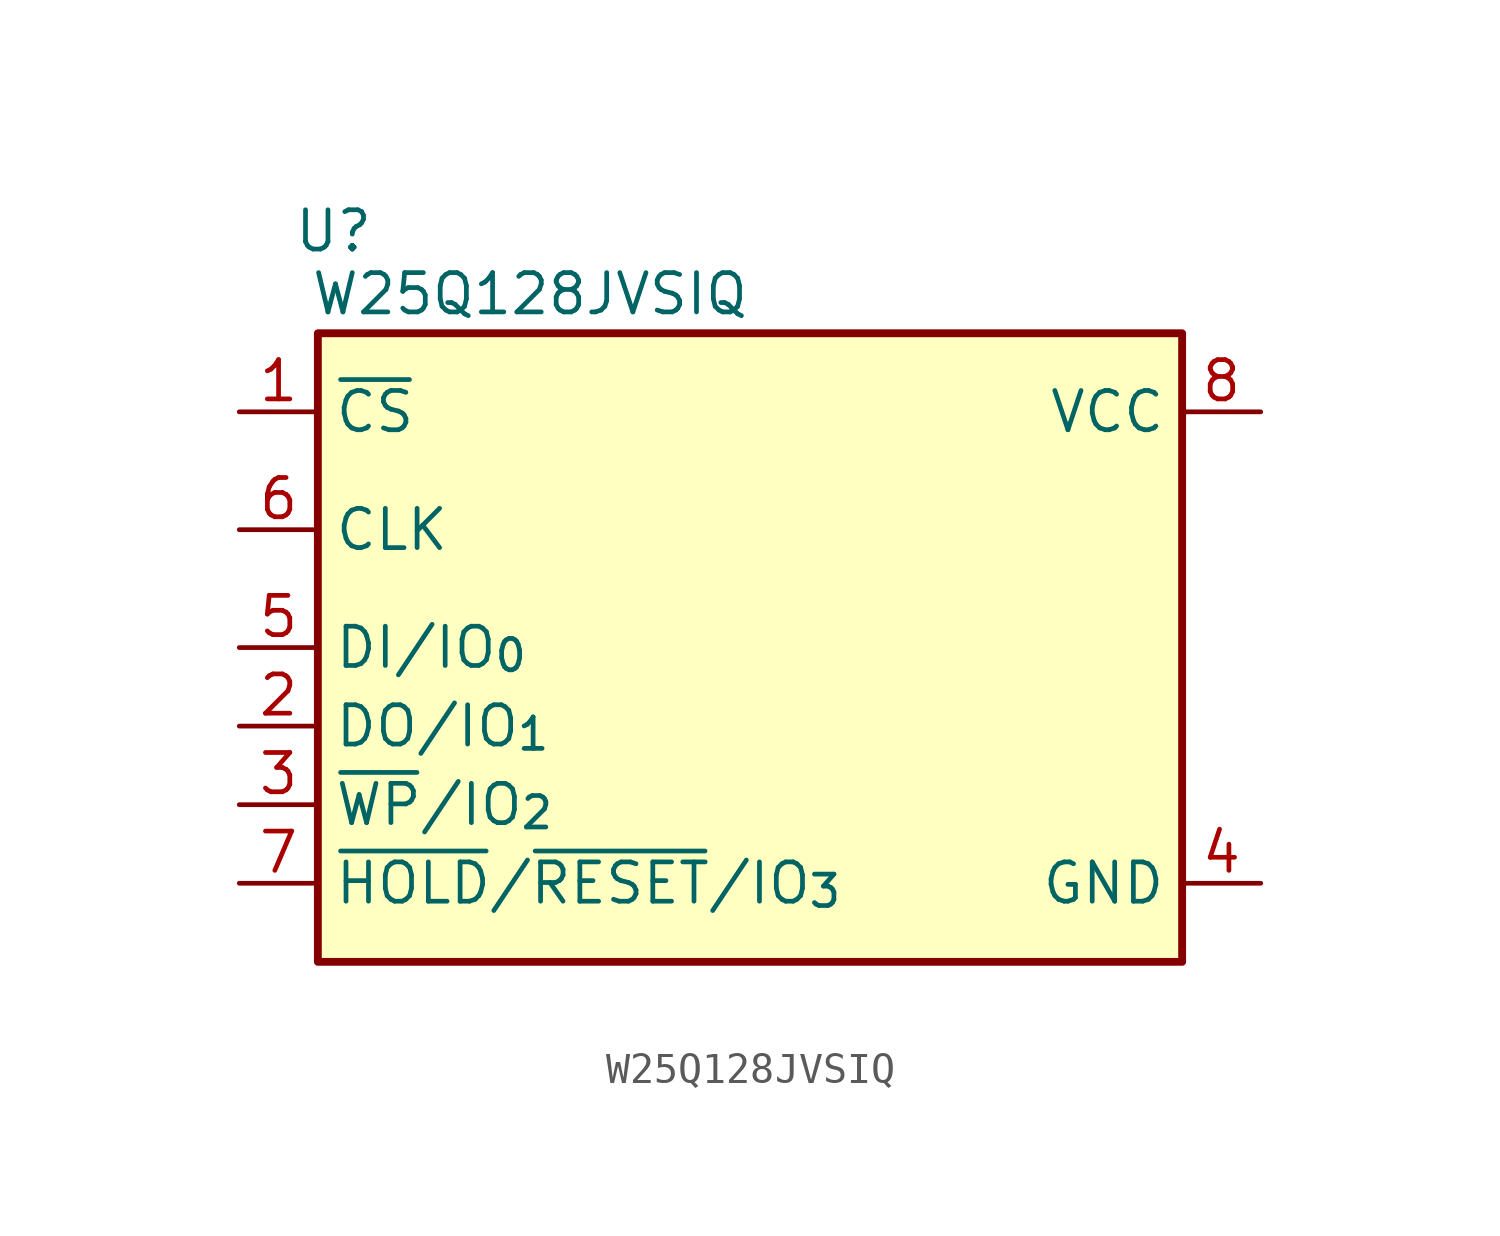
<source format=kicad_sym>
(kicad_symbol_lib
  (version 20241209)
  (generator "kicad_symbol_editor")
  (generator_version "9.0")
  (symbol "W25Q128JVSIQ"
    (property "Reference" "U"
      (at -7.112 14.732 0)
      (effects (font (size 1.27 1.27))))
    (property "Value" "W25Q128JVSIQ"
      (at -0.762 12.7 0)
      (effects (font (size 1.27 1.27))))
    (symbol "W25Q128JVSIQ_0_1"
      (rectangle (start -7.62 11.43) (end 20.32 -8.89) (stroke (width 0.254) (type default)) (fill (type background))))
    (symbol "W25Q128JVSIQ_1_1"
      (pin input line (at -10.16 8.89 0) (length 2.54) (name "~{CS}" (effects (font (size 1.27 1.27)))) (number "1" (effects (font (size 1.27 1.27)))))
      (pin input line (at -10.16 5.08 0) (length 2.54) (name "CLK" (effects (font (size 1.27 1.27)))) (number "6" (effects (font (size 1.27 1.27)))))
      (pin bidirectional line (at -10.16 1.27 0) (length 2.54) (name "DI/IO_{0}" (effects (font (size 1.27 1.27)))) (number "5" (effects (font (size 1.27 1.27)))))
      (pin bidirectional line (at -10.16 -1.27 0) (length 2.54) (name "DO/IO_{1}" (effects (font (size 1.27 1.27)))) (number "2" (effects (font (size 1.27 1.27)))))
      (pin bidirectional line (at -10.16 -3.81 0) (length 2.54) (name "~{WP}/IO_{2}" (effects (font (size 1.27 1.27)))) (number "3" (effects (font (size 1.27 1.27)))))
      (pin bidirectional line (at -10.16 -6.35 0) (length 2.54) (name "~{HOLD}/~{RESET}/IO_{3}" (effects (font (size 1.27 1.27)))) (number "7" (effects (font (size 1.27 1.27)))))
      (pin power_in line (at 22.86 8.89 180) (length 2.54) (name "VCC" (effects (font (size 1.27 1.27)))) (number "8" (effects (font (size 1.27 1.27)))))
      (pin power_in line (at 22.86 -6.35 180) (length 2.54) (name "GND" (effects (font (size 1.27 1.27)))) (number "4" (effects (font (size 1.27 1.27))))))))
</source>
